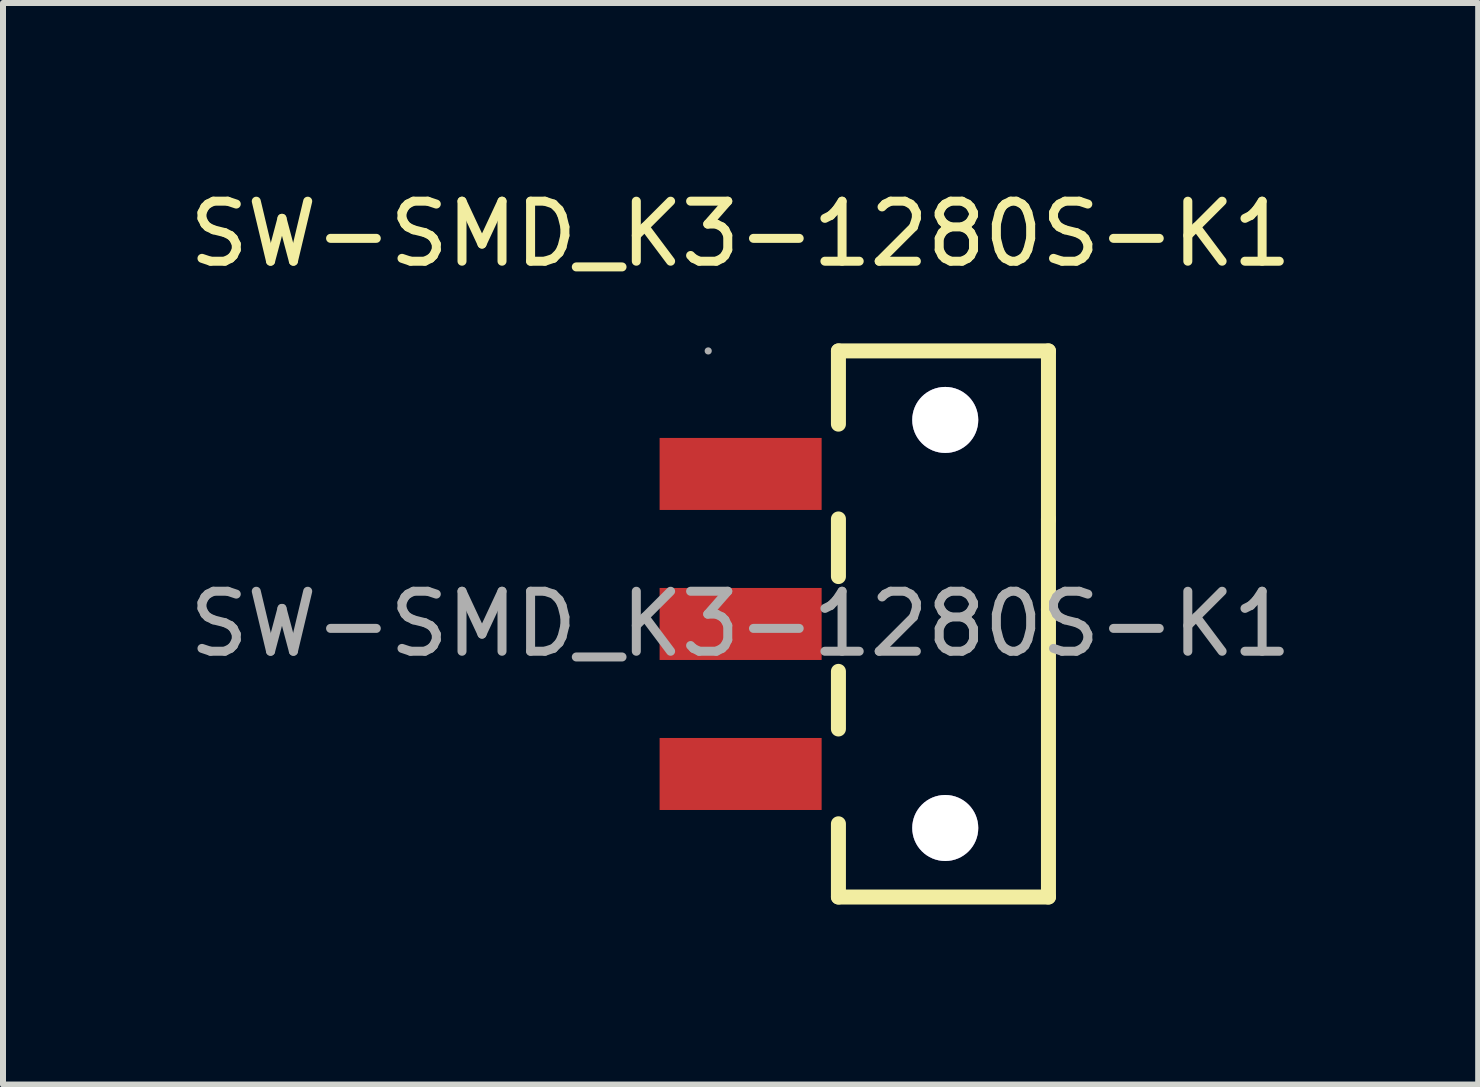
<source format=kicad_pcb>
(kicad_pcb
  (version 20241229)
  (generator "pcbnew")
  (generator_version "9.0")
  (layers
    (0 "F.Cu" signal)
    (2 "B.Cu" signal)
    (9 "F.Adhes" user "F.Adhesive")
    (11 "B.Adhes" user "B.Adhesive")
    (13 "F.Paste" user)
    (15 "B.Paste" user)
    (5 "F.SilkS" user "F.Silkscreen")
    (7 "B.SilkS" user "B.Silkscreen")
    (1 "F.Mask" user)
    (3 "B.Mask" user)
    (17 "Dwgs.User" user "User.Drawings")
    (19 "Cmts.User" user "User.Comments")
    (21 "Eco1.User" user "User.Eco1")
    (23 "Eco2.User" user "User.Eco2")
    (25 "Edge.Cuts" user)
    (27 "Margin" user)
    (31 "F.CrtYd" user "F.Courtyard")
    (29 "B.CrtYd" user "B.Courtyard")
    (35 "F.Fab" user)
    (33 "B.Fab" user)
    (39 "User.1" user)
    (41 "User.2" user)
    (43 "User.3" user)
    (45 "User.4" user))
  (footprint "SW-SMD_K3-1280S-K1"
    (layer "F.Cu")
    (at 9.292 7.348)
    (property "Reference" "SW-SMD_K3-1280S-K1" (at 0 -6.5 0) (layer "F.SilkS") (effects (font (size 1 1) (thickness 0.15))))
    (attr smd)
    (fp_line (start 1.63 -4.55) (end 1.63 -3.33) (stroke (width 0.25) (type solid)) (layer "F.SilkS"))
    (fp_line (start 1.63 -4.55) (end 5.13 -4.55) (stroke (width 0.25) (type solid)) (layer "F.SilkS"))
    (fp_line (start 1.63 -1.75) (end 1.63 -0.79) (stroke (width 0.25) (type solid)) (layer "F.SilkS"))
    (fp_line (start 1.63 0.79) (end 1.63 1.75) (stroke (width 0.25) (type solid)) (layer "F.SilkS"))
    (fp_line (start 1.63 3.33) (end 1.63 4.55) (stroke (width 0.25) (type solid)) (layer "F.SilkS"))
    (fp_line (start 5.13 -4.55) (end 5.13 4.55) (stroke (width 0.25) (type solid)) (layer "F.SilkS"))
    (fp_line (start 5.13 -1.75) (end 5.13 -1.74) (stroke (width 0.25) (type solid)) (layer "F.SilkS"))
    (fp_line (start 5.13 -0.25) (end 5.13 -0.23) (stroke (width 0.25) (type solid)) (layer "F.SilkS"))
    (fp_line (start 5.13 4.55) (end 1.63 4.55) (stroke (width 0.25) (type solid)) (layer "F.SilkS"))
    (fp_circle (center 3.41 -3.4) (end 3.66 -3.4) (stroke (width 0.5) (type solid)) (fill no) (layer "Cmts.User"))
    (fp_circle (center 3.41 3.4) (end 3.66 3.4) (stroke (width 0.5) (type solid)) (fill no) (layer "Cmts.User"))
    (fp_circle (center -0.54 -4.55) (end -0.51 -4.55) (stroke (width 0.06) (type solid)) (fill no) (layer "F.Fab"))
    (fp_text user "${REFERENCE}" (at 0 0 0) (layer "F.Fab") (effects (font (size 1 1) (thickness 0.15))))
    (pad "" thru_hole circle (at 3.41 -3.4) (size 1.1 1.1) (drill 1.1) (layers "*.Cu" "*.Mask"))
    (pad "" thru_hole circle (at 3.41 3.4) (size 1.1 1.1) (drill 1.1) (layers "*.Cu" "*.Mask"))
    (pad "1" smd rect (at 0 -2.5) (size 2.7 1.2) (layers "F.Cu" "F.Mask" "F.Paste"))
    (pad "2" smd rect (at 0 0) (size 2.7 1.2) (layers "F.Cu" "F.Mask" "F.Paste"))
    (pad "3" smd rect (at 0 2.5) (size 2.7 1.2) (layers "F.Cu" "F.Mask" "F.Paste")))
  (gr_rect
    (start -3 -3)
    (end 21.583 15.023)
    (stroke (width 0.1) (type default))
    (fill no)
    (layer "Edge.Cuts")))
</source>
